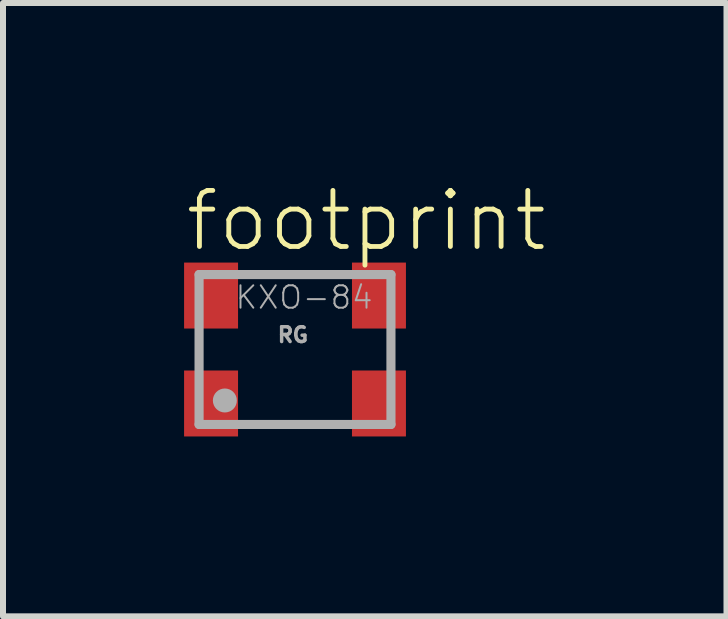
<source format=kicad_pcb>
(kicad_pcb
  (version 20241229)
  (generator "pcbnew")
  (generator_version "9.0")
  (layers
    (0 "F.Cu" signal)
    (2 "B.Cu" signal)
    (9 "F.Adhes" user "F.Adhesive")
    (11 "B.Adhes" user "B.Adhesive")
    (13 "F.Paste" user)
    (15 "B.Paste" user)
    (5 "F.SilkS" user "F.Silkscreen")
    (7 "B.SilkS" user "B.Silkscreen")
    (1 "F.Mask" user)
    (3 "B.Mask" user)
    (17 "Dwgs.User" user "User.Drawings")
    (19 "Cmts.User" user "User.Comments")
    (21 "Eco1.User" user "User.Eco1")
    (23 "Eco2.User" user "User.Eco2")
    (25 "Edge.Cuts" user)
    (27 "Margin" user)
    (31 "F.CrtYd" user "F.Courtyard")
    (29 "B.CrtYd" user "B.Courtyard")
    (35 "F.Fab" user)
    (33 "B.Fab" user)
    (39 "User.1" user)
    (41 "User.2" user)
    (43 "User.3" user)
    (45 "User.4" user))
  (footprint "footprint"
    (layer "F.Cu")
    (at 1.87 2.779)
    (property "Reference" "footprint" (at -1.87 -1.6 0) (layer "F.SilkS") (effects (font (size 0.935 0.935) (thickness 0.081)) (justify left bottom)))
    (fp_line (start -1.6 -0.25) (end -1.6 0.25) (stroke (width 0.127) (type solid)) (layer "F.SilkS"))
    (fp_line (start -0.82 -1.25) (end 0.83 -1.25) (stroke (width 0.127) (type solid)) (layer "F.SilkS"))
    (fp_line (start -0.82 1.25) (end 0.78 1.25) (stroke (width 0.127) (type solid)) (layer "F.SilkS"))
    (fp_line (start 1.6 -0.25) (end 1.6 0.25) (stroke (width 0.127) (type solid)) (layer "F.SilkS"))
    (fp_line (start -1.6 -1.25) (end -1.6 1.25) (stroke (width 0.152) (type solid)) (layer "F.Fab"))
    (fp_line (start -1.6 1.25) (end 1.6 1.25) (stroke (width 0.152) (type solid)) (layer "F.Fab"))
    (fp_line (start 1.6 -1.25) (end -1.6 -1.25) (stroke (width 0.152) (type solid)) (layer "F.Fab"))
    (fp_line (start 1.6 1.25) (end 1.6 -1.25) (stroke (width 0.152) (type solid)) (layer "F.Fab"))
    (fp_circle (center -1.17 0.85) (end -1.07 0.85) (stroke (width 0.2) (type solid)) (fill no) (layer "F.Fab"))
    (fp_text user "KXO-84" (at -1.02 -0.65 0) (layer "F.Fab") (effects (font (size 0.374 0.374) (thickness 0.033)) (justify left bottom)))
    (fp_text user "RG" (at -0.32 -0.1 0) (layer "F.Fab") (effects (font (size 0.247 0.247) (thickness 0.058)) (justify left bottom)))
    (pad "1" smd rect (at -1.4 0.9) (size 0.9 1.1) (layers "F.Cu" "F.Mask" "F.Paste"))
    (pad "2" smd rect (at 1.4 0.9) (size 0.9 1.1) (layers "F.Cu" "F.Mask" "F.Paste"))
    (pad "3" smd rect (at 1.4 -0.9) (size 0.9 1.1) (layers "F.Cu" "F.Mask" "F.Paste"))
    (pad "4" smd rect (at -1.4 -0.9) (size 0.9 1.1) (layers "F.Cu" "F.Mask" "F.Paste")))
  (gr_rect
    (start -3 -3)
    (end 9.066 7.229)
    (stroke (width 0.1) (type default))
    (fill no)
    (layer "Edge.Cuts")))
</source>
